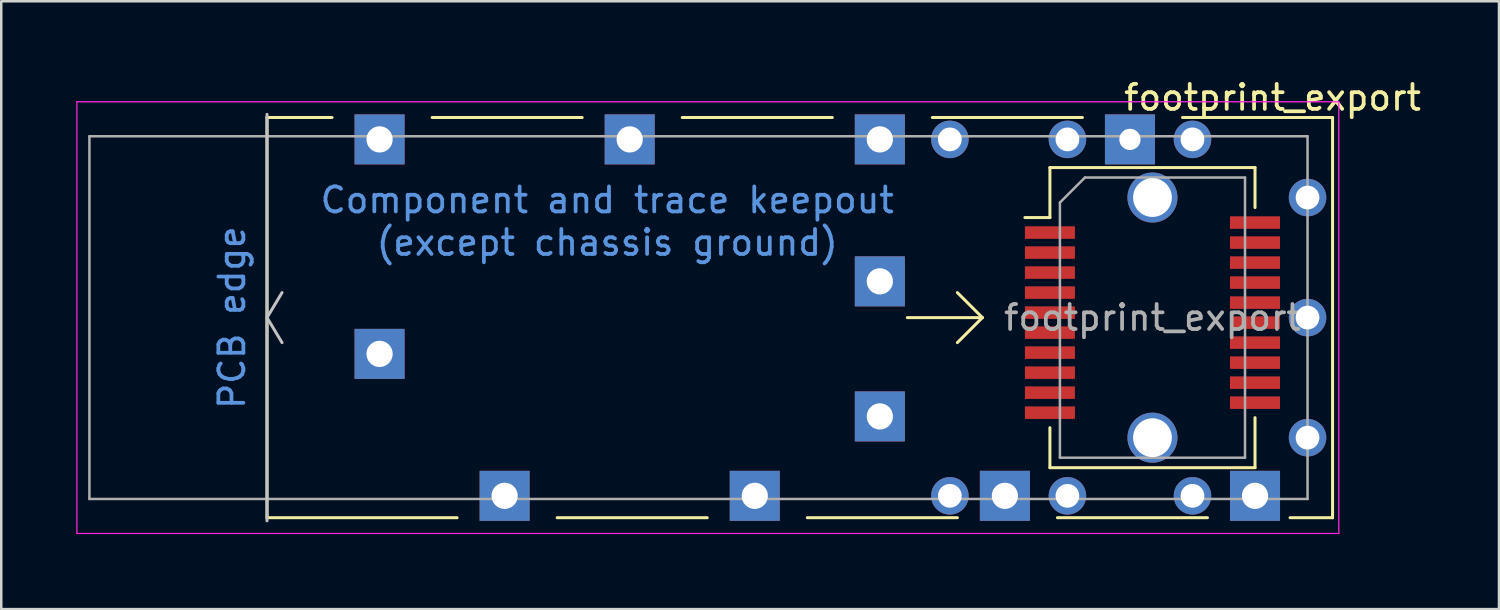
<source format=kicad_pcb>
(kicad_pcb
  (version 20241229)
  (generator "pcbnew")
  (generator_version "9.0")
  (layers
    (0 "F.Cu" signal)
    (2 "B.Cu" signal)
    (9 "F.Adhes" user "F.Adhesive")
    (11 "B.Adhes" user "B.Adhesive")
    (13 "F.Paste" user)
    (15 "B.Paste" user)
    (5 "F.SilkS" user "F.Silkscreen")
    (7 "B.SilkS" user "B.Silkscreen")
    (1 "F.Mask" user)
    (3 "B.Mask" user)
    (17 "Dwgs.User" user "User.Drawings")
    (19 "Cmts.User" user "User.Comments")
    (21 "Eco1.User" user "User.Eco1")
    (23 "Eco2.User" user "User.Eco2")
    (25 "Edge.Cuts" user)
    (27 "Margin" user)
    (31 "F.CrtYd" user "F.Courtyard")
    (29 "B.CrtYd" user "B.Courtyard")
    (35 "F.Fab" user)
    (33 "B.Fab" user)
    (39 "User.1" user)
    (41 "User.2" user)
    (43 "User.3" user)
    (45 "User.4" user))
  (footprint "footprint_export"
    (layer "F.Cu")
    (at 49.225 9.648)
    (property "Reference" "footprint_export" (at -1.4 -8.8 0) (layer "F.SilkS") (effects (font (size 1 1) (thickness 0.15))))
    (attr smd)
    (fp_line (start -41.6 8) (end -41.6 -8) (stroke (width 0.12) (type solid)) (layer "F.SilkS"))
    (fp_line (start -39 -8) (end -41.6 -8) (stroke (width 0.12) (type solid)) (layer "F.SilkS"))
    (fp_line (start -34 8) (end -41.6 8) (stroke (width 0.12) (type solid)) (layer "F.SilkS"))
    (fp_line (start -30 8) (end -24 8) (stroke (width 0.12) (type solid)) (layer "F.SilkS"))
    (fp_line (start -29 -8) (end -35 -8) (stroke (width 0.12) (type solid)) (layer "F.SilkS"))
    (fp_line (start -20 8) (end -14 8) (stroke (width 0.12) (type solid)) (layer "F.SilkS"))
    (fp_line (start -19 -8) (end -25 -8) (stroke (width 0.12) (type solid)) (layer "F.SilkS"))
    (fp_line (start -13 0) (end -16 0) (stroke (width 0.12) (type solid)) (layer "F.SilkS"))
    (fp_line (start -13 0) (end -14 -1) (stroke (width 0.12) (type solid)) (layer "F.SilkS"))
    (fp_line (start -13 0) (end -14 1) (stroke (width 0.12) (type solid)) (layer "F.SilkS"))
    (fp_line (start -10.3 -6) (end -10.3 -4) (stroke (width 0.12) (type solid)) (layer "F.SilkS"))
    (fp_line (start -10.3 -4) (end -11.3 -4) (stroke (width 0.12) (type solid)) (layer "F.SilkS"))
    (fp_line (start -10.3 4.4) (end -10.3 6) (stroke (width 0.12) (type solid)) (layer "F.SilkS"))
    (fp_line (start -10 8) (end -4 8) (stroke (width 0.12) (type solid)) (layer "F.SilkS"))
    (fp_line (start -9 -8) (end -15 -8) (stroke (width 0.12) (type solid)) (layer "F.SilkS"))
    (fp_line (start -2.1 -6) (end -10.3 -6) (stroke (width 0.12) (type solid)) (layer "F.SilkS"))
    (fp_line (start -2.1 -4.4) (end -2.1 -6) (stroke (width 0.12) (type solid)) (layer "F.SilkS"))
    (fp_line (start -2.1 4) (end -2.1 6) (stroke (width 0.12) (type solid)) (layer "F.SilkS"))
    (fp_line (start -2.1 6) (end -10.3 6) (stroke (width 0.12) (type solid)) (layer "F.SilkS"))
    (fp_line (start -0.7 8) (end 1 8) (stroke (width 0.12) (type solid)) (layer "F.SilkS"))
    (fp_line (start 1 -8) (end -5 -8) (stroke (width 0.12) (type solid)) (layer "F.SilkS"))
    (fp_line (start 1 8) (end 1 -8) (stroke (width 0.12) (type solid)) (layer "F.SilkS"))
    (fp_line (start -41.6 0) (end -41 -1) (stroke (width 0.12) (type solid)) (layer "Dwgs.User"))
    (fp_line (start -41.6 8.125) (end -41.6 -8.125) (stroke (width 0.12) (type solid)) (layer "Dwgs.User"))
    (fp_line (start -41 1) (end -41.6 0) (stroke (width 0.12) (type solid)) (layer "Dwgs.User"))
    (fp_line (start -49.2 -8.63) (end -49.2 8.63) (stroke (width 0.05) (type solid)) (layer "F.CrtYd"))
    (fp_line (start -49.2 -8.63) (end 1.25 -8.63) (stroke (width 0.05) (type solid)) (layer "F.CrtYd"))
    (fp_line (start 1.25 8.63) (end -49.2 8.63) (stroke (width 0.05) (type solid)) (layer "F.CrtYd"))
    (fp_line (start 1.25 8.63) (end 1.25 -8.63) (stroke (width 0.05) (type solid)) (layer "F.CrtYd"))
    (fp_line (start -48.7 -7.25) (end -48.7 7.25) (stroke (width 0.1) (type solid)) (layer "F.Fab"))
    (fp_line (start -9.9 -4.6) (end -9.9 5.6) (stroke (width 0.1) (type solid)) (layer "F.Fab"))
    (fp_line (start -9.9 -4.6) (end -8.9 -5.6) (stroke (width 0.1) (type solid)) (layer "F.Fab"))
    (fp_line (start -2.5 -5.6) (end -8.9 -5.6) (stroke (width 0.1) (type solid)) (layer "F.Fab"))
    (fp_line (start -2.5 -5.6) (end -2.5 5.6) (stroke (width 0.1) (type solid)) (layer "F.Fab"))
    (fp_line (start -2.5 5.6) (end -9.9 5.6) (stroke (width 0.1) (type solid)) (layer "F.Fab"))
    (fp_line (start 0 -7.25) (end -48.7 -7.25) (stroke (width 0.1) (type solid)) (layer "F.Fab"))
    (fp_line (start 0 -7.25) (end 0 7.25) (stroke (width 0.1) (type solid)) (layer "F.Fab"))
    (fp_line (start 0 7.25) (end -48.7 7.25) (stroke (width 0.1) (type solid)) (layer "F.Fab"))
    (fp_text user "(except chassis ground)" (at -28 -3 0) (layer "Cmts.User") (effects (font (size 1 1) (thickness 0.15))))
    (fp_text user "PCB edge" (at -43 0 90) (layer "Cmts.User") (effects (font (size 1 1) (thickness 0.15))))
    (fp_text user "Component and trace keepout" (at -28 -4.7 0) (layer "Cmts.User") (effects (font (size 1 1) (thickness 0.15))))
    (fp_text user "${REFERENCE}" (at -6.2 0 0) (layer "F.Fab") (effects (font (size 1 1) (thickness 0.15))))
    (pad "" np_thru_hole circle (at -6.2 -4.8) (size 2 2) (drill 1.55) (layers "*.Cu" "*.Mask"))
    (pad "" np_thru_hole circle (at -6.2 4.8) (size 2 2) (drill 1.55) (layers "*.Cu" "*.Mask"))
    (pad "1" smd rect (at -10.3 -3.4) (size 2 0.5) (layers "F.Cu" "F.Mask" "F.Paste"))
    (pad "2" smd rect (at -10.3 -2.6) (size 2 0.5) (layers "F.Cu" "F.Mask" "F.Paste"))
    (pad "3" smd rect (at -10.3 -1.8) (size 2 0.5) (layers "F.Cu" "F.Mask" "F.Paste"))
    (pad "4" smd rect (at -10.3 -1) (size 2 0.5) (layers "F.Cu" "F.Mask" "F.Paste"))
    (pad "5" smd rect (at -10.3 -0.2) (size 2 0.5) (layers "F.Cu" "F.Mask" "F.Paste"))
    (pad "6" smd rect (at -10.3 0.6) (size 2 0.5) (layers "F.Cu" "F.Mask" "F.Paste"))
    (pad "7" smd rect (at -10.3 1.4) (size 2 0.5) (layers "F.Cu" "F.Mask" "F.Paste"))
    (pad "8" smd rect (at -10.3 2.2) (size 2 0.5) (layers "F.Cu" "F.Mask" "F.Paste"))
    (pad "9" smd rect (at -10.3 3) (size 2 0.5) (layers "F.Cu" "F.Mask" "F.Paste"))
    (pad "10" smd rect (at -10.3 3.8) (size 2 0.5) (layers "F.Cu" "F.Mask" "F.Paste"))
    (pad "11" smd rect (at -2.1 3.4) (size 2 0.5) (layers "F.Cu" "F.Mask" "F.Paste"))
    (pad "12" smd rect (at -2.1 2.6) (size 2 0.5) (layers "F.Cu" "F.Mask" "F.Paste"))
    (pad "13" smd rect (at -2.1 1.8) (size 2 0.5) (layers "F.Cu" "F.Mask" "F.Paste"))
    (pad "14" smd rect (at -2.1 1) (size 2 0.5) (layers "F.Cu" "F.Mask" "F.Paste"))
    (pad "15" smd rect (at -2.1 0.2) (size 2 0.5) (layers "F.Cu" "F.Mask" "F.Paste"))
    (pad "16" smd rect (at -2.1 -0.6) (size 2 0.5) (layers "F.Cu" "F.Mask" "F.Paste"))
    (pad "17" smd rect (at -2.1 -1.4) (size 2 0.5) (layers "F.Cu" "F.Mask" "F.Paste"))
    (pad "18" smd rect (at -2.1 -2.2) (size 2 0.5) (layers "F.Cu" "F.Mask" "F.Paste"))
    (pad "19" smd rect (at -2.1 -3) (size 2 0.5) (layers "F.Cu" "F.Mask" "F.Paste"))
    (pad "20" smd rect (at -2.1 -3.8) (size 2 0.5) (layers "F.Cu" "F.Mask" "F.Paste"))
    (pad "CAGE" thru_hole rect (at -37.1 -7.125) (size 2 2) (drill 1.05) (layers "*.Cu" "*.Mask"))
    (pad "CAGE" thru_hole rect (at -37.1 1.45) (size 2 2) (drill 1.05) (layers "*.Cu" "*.Mask"))
    (pad "CAGE" thru_hole rect (at -32.1 7.125) (size 2 2) (drill 1.05) (layers "*.Cu" "*.Mask"))
    (pad "CAGE" thru_hole rect (at -27.1 -7.125) (size 2 2) (drill 1.05) (layers "*.Cu" "*.Mask"))
    (pad "CAGE" thru_hole rect (at -22.1 7.125) (size 2 2) (drill 1.05) (layers "*.Cu" "*.Mask"))
    (pad "CAGE" thru_hole rect (at -17.1 -7.125) (size 2 2) (drill 1.05) (layers "*.Cu" "*.Mask"))
    (pad "CAGE" thru_hole rect (at -17.1 -1.45) (size 2 2) (drill 1.05) (layers "*.Cu" "*.Mask"))
    (pad "CAGE" thru_hole rect (at -17.1 3.95) (size 2 2) (drill 1.05) (layers "*.Cu" "*.Mask"))
    (pad "CAGE" thru_hole circle (at -14.3 -7.125) (size 1.5 1.5) (drill 0.95) (layers "*.Cu" "*.Mask"))
    (pad "CAGE" thru_hole circle (at -14.3 7.125) (size 1.5 1.5) (drill 0.95) (layers "*.Cu" "*.Mask"))
    (pad "CAGE" thru_hole rect (at -12.1 7.125) (size 2 2) (drill 1.05) (layers "*.Cu" "*.Mask"))
    (pad "CAGE" thru_hole circle (at -9.6 -7.125) (size 1.5 1.5) (drill 0.95) (layers "*.Cu" "*.Mask"))
    (pad "CAGE" thru_hole circle (at -9.6 7.125) (size 1.5 1.5) (drill 0.95) (layers "*.Cu" "*.Mask"))
    (pad "CAGE" thru_hole rect (at -7.1 -7.125) (size 2 2) (drill 0.85) (layers "*.Cu" "*.Mask"))
    (pad "CAGE" thru_hole circle (at -4.6 -7.125) (size 1.5 1.5) (drill 0.95) (layers "*.Cu" "*.Mask"))
    (pad "CAGE" thru_hole circle (at -4.6 7.125) (size 1.5 1.5) (drill 0.95) (layers "*.Cu" "*.Mask"))
    (pad "CAGE" thru_hole rect (at -2.1 7.125) (size 2 2) (drill 1.05) (layers "*.Cu" "*.Mask"))
    (pad "CAGE" thru_hole circle (at 0 -4.8) (size 1.5 1.5) (drill 0.95) (layers "*.Cu" "*.Mask"))
    (pad "CAGE" thru_hole circle (at 0 0) (size 1.5 1.5) (drill 0.95) (layers "*.Cu" "*.Mask"))
    (pad "CAGE" thru_hole circle (at 0 4.8) (size 1.5 1.5) (drill 0.95) (layers "*.Cu" "*.Mask"))
    (zone (net_name "") (layer "F.Cu") (hatch full 0.508) (connect_pads) (min_thickness 0.254) (filled_areas_thickness no) (keepout (tracks not_allowed) (vias allowed) (pads allowed) (copperpour allowed) (footprints not_allowed)) (placement (enabled no)) (fill) (polygon (pts (xy 49.925 6.048) (xy 48.925 6.048) (xy 48.925 3.548) (xy 34.425 3.548) (xy 34.425 15.748) (xy 48.925 15.748) (xy 48.925 12.748) (xy 49.925 12.748) (xy 49.925 17.773) (xy 7.625 17.773) (xy 7.625 1.523) (xy 49.925 1.523)))))
  (gr_rect
    (start -3 -3)
    (end 56.879 21.303)
    (stroke (width 0.1) (type default))
    (fill no)
    (layer "Edge.Cuts")))
</source>
